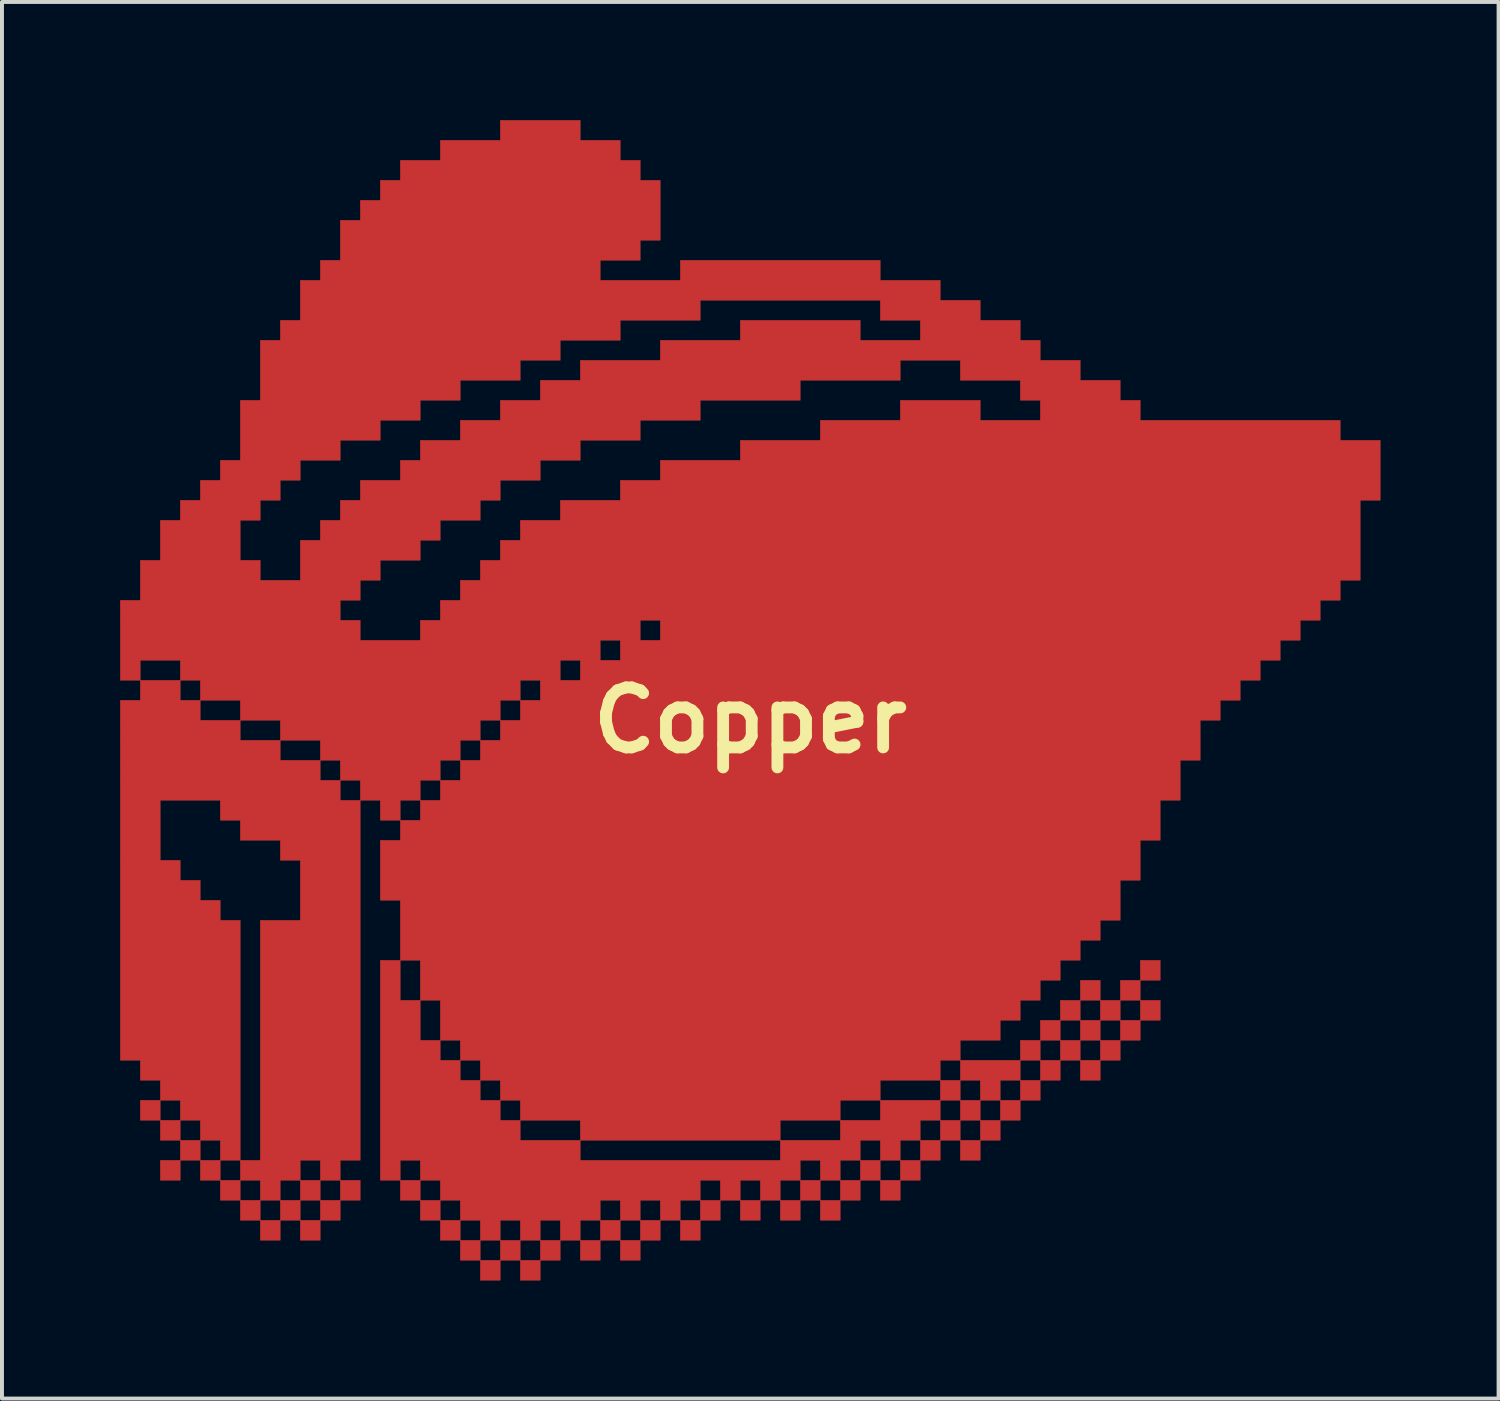
<source format=kicad_pcb>
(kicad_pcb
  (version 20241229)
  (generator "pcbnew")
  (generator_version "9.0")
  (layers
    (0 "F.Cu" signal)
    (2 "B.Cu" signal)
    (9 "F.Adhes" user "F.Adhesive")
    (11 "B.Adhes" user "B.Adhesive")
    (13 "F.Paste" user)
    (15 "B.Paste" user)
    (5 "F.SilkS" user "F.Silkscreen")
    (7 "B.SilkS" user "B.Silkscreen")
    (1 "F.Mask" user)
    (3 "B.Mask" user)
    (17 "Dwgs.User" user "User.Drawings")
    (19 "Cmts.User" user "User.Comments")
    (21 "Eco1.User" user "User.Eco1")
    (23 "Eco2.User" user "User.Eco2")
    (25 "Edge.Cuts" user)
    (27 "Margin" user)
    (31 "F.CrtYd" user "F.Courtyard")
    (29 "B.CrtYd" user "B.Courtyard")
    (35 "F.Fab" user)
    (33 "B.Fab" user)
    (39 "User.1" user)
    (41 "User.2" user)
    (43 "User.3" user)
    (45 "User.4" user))
  (footprint "Copper"
    (layer "F.Cu")
    (at 16.007 15.245)
    (property "Reference" "Copper" (at 0 0 0) (layer "F.SilkS") (effects (font (size 1.524 1.524) (thickness 0.3))))
    (attr through_hole)
    (fp_poly (pts (xy -15.494 10.16) (xy -15.494 9.652) (xy -14.986 9.652) (xy -14.986 10.16) (xy -15.494 10.16)) (stroke (width 0.01) (type solid)) (fill yes) (layer "F.Cu"))
    (fp_poly (pts (xy -14.986 10.668) (xy -14.986 10.16) (xy -14.478 10.16) (xy -14.478 10.668) (xy -14.986 10.668)) (stroke (width 0.01) (type solid)) (fill yes) (layer "F.Cu"))
    (fp_poly (pts (xy -14.478 10.668) (xy -13.97 10.668) (xy -13.97 11.176) (xy -14.478 11.176) (xy -14.478 10.668)) (stroke (width 0.01) (type solid)) (fill yes) (layer "F.Cu"))
    (fp_poly (pts (xy -14.478 11.684) (xy -14.986 11.684) (xy -14.986 11.176) (xy -14.478 11.176) (xy -14.478 11.684)) (stroke (width 0.01) (type solid)) (fill yes) (layer "F.Cu"))
    (fp_poly (pts (xy -10.922 12.192) (xy -11.43 12.192) (xy -11.43 11.684) (xy -10.922 11.684) (xy -10.922 12.192)) (stroke (width 0.01) (type solid)) (fill yes) (layer "F.Cu"))
    (fp_poly (pts (xy 1.27 12.192) (xy 1.27 11.684) (xy 1.778 11.684) (xy 1.778 12.192) (xy 1.27 12.192)) (stroke (width 0.01) (type solid)) (fill yes) (layer "F.Cu"))
    (fp_poly (pts (xy 1.27 12.7) (xy 0.762 12.7) (xy 0.762 12.192) (xy 1.27 12.192) (xy 1.27 12.7)) (stroke (width 0.01) (type solid)) (fill yes) (layer "F.Cu"))
    (fp_poly (pts (xy 2.286 12.7) (xy 1.778 12.7) (xy 1.778 12.192) (xy 2.286 12.192) (xy 2.286 12.7)) (stroke (width 0.01) (type solid)) (fill yes) (layer "F.Cu"))
    (fp_poly (pts (xy 2.794 11.684) (xy 2.794 11.176) (xy 3.302 11.176) (xy 3.302 11.684) (xy 2.794 11.684)) (stroke (width 0.01) (type solid)) (fill yes) (layer "F.Cu"))
    (fp_poly (pts (xy 2.794 12.192) (xy 2.286 12.192) (xy 2.286 11.684) (xy 2.794 11.684) (xy 2.794 12.192)) (stroke (width 0.01) (type solid)) (fill yes) (layer "F.Cu"))
    (fp_poly (pts (xy 3.81 12.192) (xy 3.302 12.192) (xy 3.302 11.684) (xy 3.81 11.684) (xy 3.81 12.192)) (stroke (width 0.01) (type solid)) (fill yes) (layer "F.Cu"))
    (fp_poly (pts (xy 4.318 11.684) (xy 3.81 11.684) (xy 3.81 11.176) (xy 4.318 11.176) (xy 4.318 11.684)) (stroke (width 0.01) (type solid)) (fill yes) (layer "F.Cu"))
    (fp_poly (pts (xy 4.826 9.652) (xy 4.826 9.144) (xy 5.334 9.144) (xy 5.334 9.652) (xy 4.826 9.652)) (stroke (width 0.01) (type solid)) (fill yes) (layer "F.Cu"))
    (fp_poly (pts (xy 4.826 10.668) (xy 4.826 10.16) (xy 5.334 10.16) (xy 5.334 10.668) (xy 4.826 10.668)) (stroke (width 0.01) (type solid)) (fill yes) (layer "F.Cu"))
    (fp_poly (pts (xy 4.826 11.176) (xy 4.318 11.176) (xy 4.318 10.668) (xy 4.826 10.668) (xy 4.826 11.176)) (stroke (width 0.01) (type solid)) (fill yes) (layer "F.Cu"))
    (fp_poly (pts (xy 5.842 9.652) (xy 5.842 10.16) (xy 5.334 10.16) (xy 5.334 9.652) (xy 5.842 9.652)) (stroke (width 0.01) (type solid)) (fill yes) (layer "F.Cu"))
    (fp_poly (pts (xy 5.842 11.176) (xy 5.334 11.176) (xy 5.334 10.668) (xy 5.842 10.668) (xy 5.842 11.176)) (stroke (width 0.01) (type solid)) (fill yes) (layer "F.Cu"))
    (fp_poly (pts (xy 6.35 10.668) (xy 5.842 10.668) (xy 5.842 10.16) (xy 6.35 10.16) (xy 6.35 10.668)) (stroke (width 0.01) (type solid)) (fill yes) (layer "F.Cu"))
    (fp_poly (pts (xy 6.858 10.16) (xy 6.35 10.16) (xy 6.35 9.652) (xy 6.858 9.652) (xy 6.858 10.16)) (stroke (width 0.01) (type solid)) (fill yes) (layer "F.Cu"))
    (fp_poly (pts (xy 7.366 8.636) (xy 6.858 8.636) (xy 6.858 8.128) (xy 7.366 8.128) (xy 7.366 8.636)) (stroke (width 0.01) (type solid)) (fill yes) (layer "F.Cu"))
    (fp_poly (pts (xy 7.366 9.652) (xy 6.858 9.652) (xy 6.858 9.144) (xy 7.366 9.144) (xy 7.366 9.652)) (stroke (width 0.01) (type solid)) (fill yes) (layer "F.Cu"))
    (fp_poly (pts (xy 7.874 8.128) (xy 7.366 8.128) (xy 7.366 7.62) (xy 7.874 7.62) (xy 7.874 8.128)) (stroke (width 0.01) (type solid)) (fill yes) (layer "F.Cu"))
    (fp_poly (pts (xy 7.874 8.636) (xy 7.874 8.128) (xy 8.382 8.128) (xy 8.382 8.636) (xy 7.874 8.636)) (stroke (width 0.01) (type solid)) (fill yes) (layer "F.Cu"))
    (fp_poly (pts (xy 7.874 9.144) (xy 7.366 9.144) (xy 7.366 8.636) (xy 7.874 8.636) (xy 7.874 9.144)) (stroke (width 0.01) (type solid)) (fill yes) (layer "F.Cu"))
    (fp_poly (pts (xy 8.382 7.112) (xy 8.382 6.604) (xy 8.89 6.604) (xy 8.89 7.112) (xy 8.382 7.112)) (stroke (width 0.01) (type solid)) (fill yes) (layer "F.Cu"))
    (fp_poly (pts (xy 8.382 7.62) (xy 7.874 7.62) (xy 7.874 7.112) (xy 8.382 7.112) (xy 8.382 7.62)) (stroke (width 0.01) (type solid)) (fill yes) (layer "F.Cu"))
    (fp_poly (pts (xy 8.89 8.128) (xy 8.382 8.128) (xy 8.382 7.62) (xy 8.89 7.62) (xy 8.89 8.128)) (stroke (width 0.01) (type solid)) (fill yes) (layer "F.Cu"))
    (fp_poly (pts (xy 8.89 9.144) (xy 8.382 9.144) (xy 8.382 8.636) (xy 8.89 8.636) (xy 8.89 9.144)) (stroke (width 0.01) (type solid)) (fill yes) (layer "F.Cu"))
    (fp_poly (pts (xy 9.398 7.62) (xy 8.89 7.62) (xy 8.89 7.112) (xy 9.398 7.112) (xy 9.398 7.62)) (stroke (width 0.01) (type solid)) (fill yes) (layer "F.Cu"))
    (fp_poly (pts (xy 9.398 8.636) (xy 8.89 8.636) (xy 8.89 8.128) (xy 9.398 8.128) (xy 9.398 8.636)) (stroke (width 0.01) (type solid)) (fill yes) (layer "F.Cu"))
    (fp_poly (pts (xy 9.906 6.096) (xy 10.414 6.096) (xy 10.414 6.604) (xy 9.906 6.604) (xy 9.906 6.096)) (stroke (width 0.01) (type solid)) (fill yes) (layer "F.Cu"))
    (fp_poly (pts (xy 9.906 7.112) (xy 9.398 7.112) (xy 9.398 6.604) (xy 9.906 6.604) (xy 9.906 7.112)) (stroke (width 0.01) (type solid)) (fill yes) (layer "F.Cu"))
    (fp_poly (pts (xy 9.906 7.112) (xy 10.414 7.112) (xy 10.414 7.62) (xy 9.906 7.62) (xy 9.906 7.112)) (stroke (width 0.01) (type solid)) (fill yes) (layer "F.Cu"))
    (fp_poly (pts (xy 9.906 8.128) (xy 9.398 8.128) (xy 9.398 7.62) (xy 9.906 7.62) (xy 9.906 8.128)) (stroke (width 0.01) (type solid)) (fill yes) (layer "F.Cu"))
    (fp_poly (pts (xy 6.858 9.144) (xy 6.35 9.144) (xy 6.35 9.652) (xy 5.842 9.652) (xy 5.842 9.144) (xy 5.334 9.144) (xy 5.334 8.636) (xy 6.858 8.636) (xy 6.858 9.144)) (stroke (width 0.01) (type solid)) (fill yes) (layer "F.Cu"))
    (fp_poly (pts (xy 0.254 12.192) (xy 0.254 12.7) (xy -0.254 12.7) (xy -0.254 12.192) (xy -0.762 12.192) (xy -0.762 12.7) (xy -1.27 12.7) (xy -1.27 13.208) (xy -1.778 13.208) (xy -1.778 12.7) (xy -2.286 12.7) (xy -2.286 13.208) (xy -2.794 13.208) (xy -2.794 13.716) (xy -3.302 13.716) (xy -3.302 13.208) (xy -3.81 13.208) (xy -3.81 13.716) (xy -4.318 13.716) (xy -4.318 13.208) (xy -4.826 13.208) (xy -4.826 13.716) (xy -5.334 13.716) (xy -5.334 14.224) (xy -5.842 14.224) (xy -5.842 13.716) (xy -6.35 13.716) (xy -6.35 14.224) (xy -6.858 14.224) (xy -6.858 13.716) (xy -7.366 13.716) (xy -7.366 13.208) (xy -7.874 13.208) (xy -7.874 12.7) (xy -8.382 12.7) (xy -8.382 12.192) (xy -8.89 12.192) (xy -8.89 11.684) (xy -9.398 11.684) (xy -9.398 11.176) (xy -8.89 11.176) (xy -8.89 11.684) (xy -8.382 11.684) (xy -8.382 12.192) (xy -7.874 12.192) (xy -7.874 12.7) (xy -7.366 12.7) (xy -7.366 13.208) (xy -6.858 13.208) (xy -6.858 13.716) (xy -6.35 13.716) (xy -6.35 13.208) (xy -6.858 13.208) (xy -6.858 12.7) (xy -6.35 12.7) (xy -6.35 13.208) (xy -5.842 13.208) (xy -5.842 13.716) (xy -5.334 13.716) (xy -5.334 13.208) (xy -5.842 13.208) (xy -5.842 12.7) (xy -5.334 12.7) (xy -5.334 13.208) (xy -4.826 13.208) (xy -4.826 12.7) (xy -4.318 12.7) (xy -4.318 13.208) (xy -3.81 13.208) (xy -3.81 12.7) (xy -4.318 12.7) (xy -4.826 12.7) (xy -5.334 12.7) (xy -5.842 12.7) (xy -6.35 12.7) (xy -6.858 12.7) (xy -7.366 12.7) (xy -7.366 12.192) (xy -3.81 12.192) (xy -3.81 12.7) (xy -3.302 12.7) (xy -3.302 13.208) (xy -2.794 13.208) (xy -2.794 12.7) (xy -3.302 12.7) (xy -3.302 12.192) (xy -2.794 12.192) (xy -2.794 12.7) (xy -2.286 12.7) (xy -2.286 12.192) (xy -1.778 12.192) (xy -1.778 12.7) (xy -1.27 12.7) (xy -1.27 12.192) (xy -1.778 12.192) (xy -2.286 12.192) (xy -2.794 12.192) (xy -3.302 12.192) (xy -3.81 12.192) (xy -7.366 12.192) (xy -7.874 12.192) (xy -7.874 11.684) (xy -1.27 11.684) (xy -1.27 12.192) (xy -0.762 12.192) (xy -0.762 11.684) (xy -0.254 11.684) (xy -0.254 12.192) (xy 0.254 12.192) (xy 0.254 11.684) (xy -0.254 11.684) (xy -0.762 11.684) (xy -1.27 11.684) (xy -7.874 11.684) (xy -8.382 11.684) (xy -8.382 11.176) (xy -8.89 11.176) (xy -9.398 11.176) (xy -9.398 6.096) (xy -8.89 6.096) (xy -8.89 7.112) (xy -8.382 7.112) (xy -8.382 8.128) (xy -7.874 8.128) (xy -7.874 8.636) (xy -7.366 8.636) (xy -7.366 9.144) (xy -6.858 9.144) (xy -6.858 9.652) (xy -6.35 9.652) (xy -6.35 10.16) (xy -5.842 10.16) (xy -5.842 10.668) (xy -4.318 10.668) (xy -4.318 11.176) (xy 0.762 11.176) (xy 0.762 10.668) (xy 2.286 10.668) (xy 2.286 10.16) (xy 3.302 10.16) (xy 3.302 9.652) (xy 4.826 9.652) (xy 4.826 10.16) (xy 4.318 10.16) (xy 4.318 10.668) (xy 3.81 10.668) (xy 3.81 11.176) (xy 3.302 11.176) (xy 3.302 10.668) (xy 2.794 10.668) (xy 2.794 11.176) (xy 2.286 11.176) (xy 2.286 11.684) (xy 1.778 11.684) (xy 1.778 11.176) (xy 1.27 11.176) (xy 1.27 11.684) (xy 0.762 11.684) (xy 0.762 12.192) (xy 0.254 12.192)) (stroke (width 0.01) (type solid)) (fill yes) (layer "F.Cu"))
    (fp_poly (pts (xy 4.826 8.636) (xy 4.826 9.144) (xy 3.302 9.144) (xy 3.302 9.652) (xy 2.286 9.652) (xy 2.286 10.16) (xy 0.762 10.16) (xy 0.762 10.668) (xy -4.318 10.668) (xy -4.318 10.16) (xy -5.842 10.16) (xy -5.842 9.652) (xy -6.35 9.652) (xy -6.35 9.144) (xy -6.858 9.144) (xy -6.858 8.636) (xy -7.366 8.636) (xy -7.366 8.128) (xy -7.874 8.128) (xy -7.874 7.112) (xy -8.382 7.112) (xy -8.382 6.096) (xy -8.89 6.096) (xy -8.89 4.572) (xy -9.398 4.572) (xy -9.398 3.048) (xy -8.89 3.048) (xy -8.89 2.54) (xy -9.398 2.54) (xy -9.398 2.032) (xy -8.89 2.032) (xy -8.89 2.54) (xy -8.382 2.54) (xy -8.382 2.032) (xy -8.89 2.032) (xy -9.398 2.032) (xy -9.906 2.032) (xy -9.906 11.176) (xy -10.414 11.176) (xy -10.414 11.684) (xy -9.906 11.684) (xy -9.906 12.192) (xy -10.414 12.192) (xy -10.414 12.7) (xy -10.922 12.7) (xy -10.922 13.208) (xy -11.43 13.208) (xy -11.43 12.7) (xy -11.938 12.7) (xy -11.938 13.208) (xy -12.446 13.208) (xy -12.446 12.7) (xy -12.954 12.7) (xy -12.954 12.192) (xy -13.462 12.192) (xy -13.462 11.684) (xy -13.97 11.684) (xy -13.97 11.176) (xy -13.462 11.176) (xy -13.462 11.684) (xy -12.954 11.684) (xy -12.954 12.192) (xy -12.446 12.192) (xy -12.446 12.7) (xy -11.938 12.7) (xy -11.938 12.192) (xy -12.446 12.192) (xy -12.446 11.684) (xy -11.938 11.684) (xy -11.938 12.192) (xy -11.43 12.192) (xy -11.43 12.7) (xy -10.922 12.7) (xy -10.922 12.192) (xy -10.414 12.192) (xy -10.414 11.684) (xy -10.922 11.684) (xy -10.922 11.176) (xy -11.43 11.176) (xy -11.43 11.684) (xy -11.938 11.684) (xy -12.446 11.684) (xy -12.954 11.684) (xy -12.954 11.176) (xy -13.462 11.176) (xy -13.462 10.668) (xy -13.97 10.668) (xy -13.97 10.16) (xy -14.478 10.16) (xy -14.478 9.652) (xy -14.986 9.652) (xy -14.986 9.144) (xy -15.494 9.144) (xy -15.494 8.636) (xy -16.002 8.636) (xy -16.002 2.032) (xy -14.986 2.032) (xy -14.986 3.556) (xy -14.478 3.556) (xy -14.478 4.064) (xy -13.97 4.064) (xy -13.97 4.572) (xy -13.462 4.572) (xy -13.462 5.08) (xy -12.954 5.08) (xy -12.954 11.176) (xy -12.446 11.176) (xy -12.446 5.08) (xy -11.43 5.08) (xy -11.43 3.556) (xy -11.938 3.556) (xy -11.938 3.048) (xy -12.954 3.048) (xy -12.954 2.54) (xy -13.462 2.54) (xy -13.462 2.032) (xy -10.414 2.032) (xy -9.906 2.032) (xy -9.906 1.524) (xy -8.382 1.524) (xy -8.382 2.032) (xy -7.874 2.032) (xy -7.874 1.524) (xy -8.382 1.524) (xy -9.906 1.524) (xy -10.414 1.524) (xy -10.414 2.032) (xy -13.462 2.032) (xy -14.986 2.032) (xy -16.002 2.032) (xy -16.002 -0.508) (xy -15.494 -0.508) (xy -15.494 -1.016) (xy -16.002 -1.016) (xy -16.002 -1.524) (xy -15.494 -1.524) (xy -15.494 -1.016) (xy -14.478 -1.016) (xy -14.478 -0.508) (xy -13.97 -0.508) (xy -13.97 0) (xy -12.954 0) (xy -12.954 0.508) (xy -11.938 0.508) (xy -11.938 1.016) (xy -10.922 1.016) (xy -10.922 1.524) (xy -10.414 1.524) (xy -10.414 1.016) (xy -7.874 1.016) (xy -7.874 1.524) (xy -7.366 1.524) (xy -7.366 1.016) (xy -7.874 1.016) (xy -10.414 1.016) (xy -10.922 1.016) (xy -10.922 0.508) (xy -7.366 0.508) (xy -7.366 1.016) (xy -6.858 1.016) (xy -6.858 0.508) (xy -7.366 0.508) (xy -10.922 0.508) (xy -11.938 0.508) (xy -11.938 0) (xy -6.858 0) (xy -6.858 0.508) (xy -6.35 0.508) (xy -6.35 0) (xy -6.858 0) (xy -11.938 0) (xy -12.954 0) (xy -12.954 -0.508) (xy -6.35 -0.508) (xy -6.35 0) (xy -5.842 0) (xy -5.842 -0.508) (xy -6.35 -0.508) (xy -12.954 -0.508) (xy -13.97 -0.508) (xy -13.97 -1.016) (xy -5.842 -1.016) (xy -5.842 -0.508) (xy -5.334 -0.508) (xy -5.334 -1.016) (xy -5.842 -1.016) (xy -13.97 -1.016) (xy -14.478 -1.016) (xy -14.478 -1.524) (xy -4.826 -1.524) (xy -4.826 -1.016) (xy -4.318 -1.016) (xy -4.318 -1.524) (xy -4.826 -1.524) (xy -14.478 -1.524) (xy -15.494 -1.524) (xy -16.002 -1.524) (xy -16.002 -3.048) (xy -15.494 -3.048) (xy -10.414 -3.048) (xy -10.414 -2.54) (xy -9.906 -2.54) (xy -9.906 -2.032) (xy -8.382 -2.032) (xy -3.81 -2.032) (xy -3.81 -1.524) (xy -3.302 -1.524) (xy -3.302 -2.032) (xy -3.81 -2.032) (xy -8.382 -2.032) (xy -8.382 -2.54) (xy -7.874 -2.54) (xy -2.794 -2.54) (xy -2.794 -2.032) (xy -2.286 -2.032) (xy -2.286 -2.54) (xy -2.794 -2.54) (xy -7.874 -2.54) (xy -7.874 -3.048) (xy -7.366 -3.048) (xy -7.366 -3.556) (xy -6.858 -3.556) (xy -6.858 -4.064) (xy -6.35 -4.064) (xy -6.35 -4.572) (xy -5.842 -4.572) (xy -5.842 -5.08) (xy -4.826 -5.08) (xy -4.826 -5.588) (xy -3.302 -5.588) (xy -3.302 -6.096) (xy -2.286 -6.096) (xy -2.286 -6.604) (xy -0.254 -6.604) (xy -0.254 -7.112) (xy 1.778 -7.112) (xy 1.778 -7.62) (xy 3.81 -7.62) (xy 3.81 -8.128) (xy 5.842 -8.128) (xy 5.842 -7.62) (xy 7.366 -7.62) (xy 7.366 -8.128) (xy 6.858 -8.128) (xy 6.858 -8.636) (xy 5.334 -8.636) (xy 5.334 -9.144) (xy 3.81 -9.144) (xy 3.81 -8.636) (xy 1.27 -8.636) (xy 1.27 -8.128) (xy -1.27 -8.128) (xy -1.27 -7.62) (xy -2.794 -7.62) (xy -2.794 -7.112) (xy -4.318 -7.112) (xy -4.318 -6.604) (xy -5.334 -6.604) (xy -5.334 -6.096) (xy -6.35 -6.096) (xy -6.35 -5.588) (xy -6.858 -5.588) (xy -6.858 -5.08) (xy -7.874 -5.08) (xy -7.874 -4.572) (xy -8.382 -4.572) (xy -8.382 -4.064) (xy -9.398 -4.064) (xy -9.398 -3.556) (xy -9.906 -3.556) (xy -9.906 -3.048) (xy -10.414 -3.048) (xy -15.494 -3.048) (xy -15.494 -4.064) (xy -14.986 -4.064) (xy -14.986 -5.08) (xy -14.478 -5.08) (xy -12.954 -5.08) (xy -12.954 -4.064) (xy -12.446 -4.064) (xy -12.446 -3.556) (xy -11.43 -3.556) (xy -11.43 -4.572) (xy -10.922 -4.572) (xy -10.922 -5.08) (xy -10.414 -5.08) (xy -10.414 -5.588) (xy -9.906 -5.588) (xy -9.906 -6.096) (xy -8.89 -6.096) (xy -8.89 -6.604) (xy -8.382 -6.604) (xy -8.382 -7.112) (xy -7.366 -7.112) (xy -7.366 -7.62) (xy -6.35 -7.62) (xy -6.35 -8.128) (xy -5.334 -8.128) (xy -5.334 -8.636) (xy -4.318 -8.636) (xy -4.318 -9.144) (xy -2.286 -9.144) (xy -2.286 -9.652) (xy -0.254 -9.652) (xy -0.254 -10.16) (xy 2.794 -10.16) (xy 2.794 -9.652) (xy 4.318 -9.652) (xy 4.318 -10.16) (xy 3.302 -10.16) (xy 3.302 -10.668) (xy -1.27 -10.668) (xy -1.27 -10.16) (xy -3.302 -10.16) (xy -3.302 -9.652) (xy -4.826 -9.652) (xy -4.826 -9.144) (xy -5.842 -9.144) (xy -5.842 -8.636) (xy -7.366 -8.636) (xy -7.366 -8.128) (xy -8.382 -8.128) (xy -8.382 -7.62) (xy -9.398 -7.62) (xy -9.398 -7.112) (xy -10.414 -7.112) (xy -10.414 -6.604) (xy -11.43 -6.604) (xy -11.43 -6.096) (xy -11.938 -6.096) (xy -11.938 -5.588) (xy -12.446 -5.588) (xy -12.446 -5.08) (xy -12.954 -5.08) (xy -14.478 -5.08) (xy -14.478 -5.588) (xy -13.97 -5.588) (xy -13.97 -6.096) (xy -13.462 -6.096) (xy -13.462 -6.604) (xy -12.954 -6.604) (xy -12.954 -8.128) (xy -12.446 -8.128) (xy -12.446 -9.652) (xy -11.938 -9.652) (xy -11.938 -10.16) (xy -11.43 -10.16) (xy -11.43 -11.176) (xy -10.922 -11.176) (xy -10.922 -11.684) (xy -10.414 -11.684) (xy -10.414 -12.7) (xy -9.906 -12.7) (xy -9.906 -13.208) (xy -9.398 -13.208) (xy -9.398 -13.716) (xy -8.89 -13.716) (xy -8.89 -14.224) (xy -7.874 -14.224) (xy -7.874 -14.732) (xy -6.35 -14.732) (xy -6.35 -15.24) (xy -4.318 -15.24) (xy -4.318 -14.732) (xy -3.302 -14.732) (xy -3.302 -14.224) (xy -2.794 -14.224) (xy -2.794 -13.716) (xy -2.286 -13.716) (xy -2.286 -12.192) (xy -2.794 -12.192) (xy -2.794 -11.684) (xy -3.81 -11.684) (xy -3.81 -11.176) (xy -1.778 -11.176) (xy -1.778 -11.684) (xy 3.302 -11.684) (xy 3.302 -11.176) (xy 4.826 -11.176) (xy 4.826 -10.668) (xy 5.842 -10.668) (xy 5.842 -10.16) (xy 6.858 -10.16) (xy 6.858 -9.652) (xy 7.366 -9.652) (xy 7.366 -9.144) (xy 8.382 -9.144) (xy 8.382 -8.636) (xy 9.398 -8.636) (xy 9.398 -8.128) (xy 9.906 -8.128) (xy 9.906 -7.62) (xy 14.986 -7.62) (xy 14.986 -7.112) (xy 16.002 -7.112) (xy 16.002 -5.588) (xy 15.494 -5.588) (xy 15.494 -3.556) (xy 14.986 -3.556) (xy 14.986 -3.048) (xy 14.478 -3.048) (xy 14.478 -2.54) (xy 13.97 -2.54) (xy 13.97 -2.032) (xy 13.462 -2.032) (xy 13.462 -1.524) (xy 12.954 -1.524) (xy 12.954 -1.016) (xy 12.446 -1.016) (xy 12.446 -0.508) (xy 11.938 -0.508) (xy 11.938 0) (xy 11.43 0) (xy 11.43 1.016) (xy 10.922 1.016) (xy 10.922 2.032) (xy 10.414 2.032) (xy 10.414 3.048) (xy 9.906 3.048) (xy 9.906 4.064) (xy 9.398 4.064) (xy 9.398 5.08) (xy 8.89 5.08) (xy 8.89 5.588) (xy 8.382 5.588) (xy 8.382 6.096) (xy 7.874 6.096) (xy 7.874 6.604) (xy 7.366 6.604) (xy 7.366 7.112) (xy 6.858 7.112) (xy 6.858 7.62) (xy 6.35 7.62) (xy 6.35 8.128) (xy 5.334 8.128) (xy 5.334 8.636) (xy 4.826 8.636)) (stroke (width 0.01) (type solid)) (fill yes) (layer "F.Cu")))
  (gr_rect
    (start -3 -3)
    (end 35.014 32.474)
    (stroke (width 0.1) (type default))
    (fill no)
    (layer "Edge.Cuts")))
</source>
